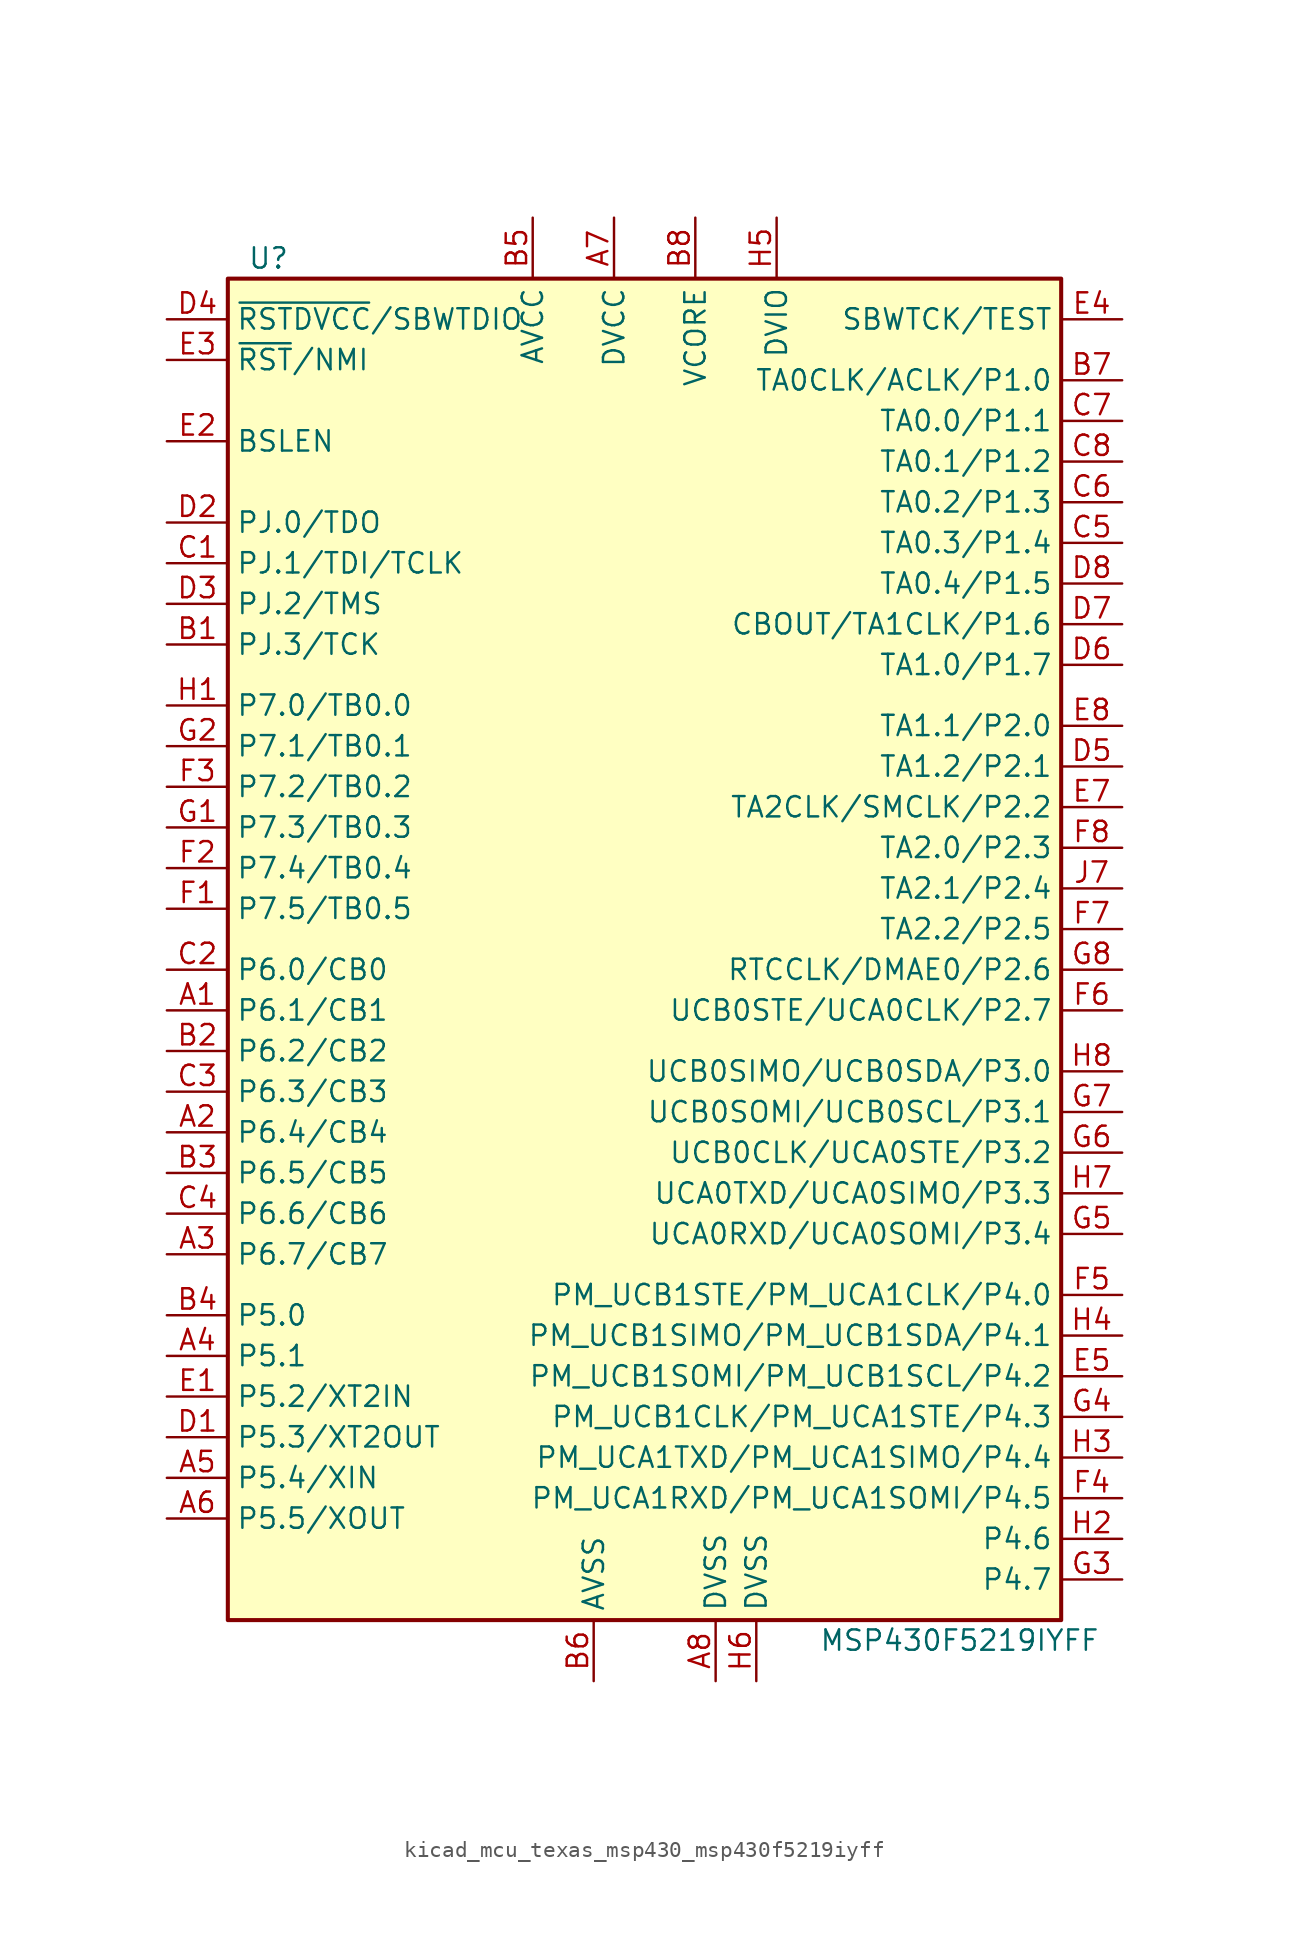
<source format=kicad_sym>
(kicad_symbol_lib
  (version 20220914)
  (generator kicad_symbol_editor)
  (symbol "kicad_mcu_texas_msp430_msp430f5219iyff"
    (property "Reference" "U"
      (at -24.13 43.18 0)
      (effects (font (size 1.27 1.27))))
    (property "Value" "MSP430F5219IYFF"
      (at 19.05 -43.18 0)
      (effects (font (size 1.27 1.27))))
    (symbol "kicad_mcu_texas_msp430_msp430f5219iyff_0_1"
      (rectangle (start -26.67 41.91) (end 25.4 -41.91) (stroke (width 0.254) (type default)) (fill (type background))))
    (symbol "kicad_mcu_texas_msp430_msp430f5219iyff_1_1"
      (pin bidirectional line (at -30.48 -3.81 0) (length 3.81) (name "P6.1/CB1" (effects (font (size 1.27 1.27)))) (number "A1" (effects (font (size 1.27 1.27)))))
      (pin bidirectional line (at -30.48 -11.43 0) (length 3.81) (name "P6.4/CB4" (effects (font (size 1.27 1.27)))) (number "A2" (effects (font (size 1.27 1.27)))))
      (pin bidirectional line (at -30.48 -19.05 0) (length 3.81) (name "P6.7/CB7" (effects (font (size 1.27 1.27)))) (number "A3" (effects (font (size 1.27 1.27)))))
      (pin bidirectional line (at -30.48 -25.4 0) (length 3.81) (name "P5.1" (effects (font (size 1.27 1.27)))) (number "A4" (effects (font (size 1.27 1.27)))))
      (pin bidirectional line (at -30.48 -33.02 0) (length 3.81) (name "P5.4/XIN" (effects (font (size 1.27 1.27)))) (number "A5" (effects (font (size 1.27 1.27)))))
      (pin bidirectional line (at -30.48 -35.56 0) (length 3.81) (name "P5.5/XOUT" (effects (font (size 1.27 1.27)))) (number "A6" (effects (font (size 1.27 1.27)))))
      (pin power_in line (at -2.54 45.72 270) (length 3.81) (name "DVCC" (effects (font (size 1.27 1.27)))) (number "A7" (effects (font (size 1.27 1.27)))))
      (pin power_in line (at 3.81 -45.72 90) (length 3.81) (name "DVSS" (effects (font (size 1.27 1.27)))) (number "A8" (effects (font (size 1.27 1.27)))))
      (pin bidirectional line (at -30.48 19.05 0) (length 3.81) (name "PJ.3/TCK" (effects (font (size 1.27 1.27)))) (number "B1" (effects (font (size 1.27 1.27)))))
      (pin bidirectional line (at -30.48 -6.35 0) (length 3.81) (name "P6.2/CB2" (effects (font (size 1.27 1.27)))) (number "B2" (effects (font (size 1.27 1.27)))))
      (pin bidirectional line (at -30.48 -13.97 0) (length 3.81) (name "P6.5/CB5" (effects (font (size 1.27 1.27)))) (number "B3" (effects (font (size 1.27 1.27)))))
      (pin bidirectional line (at -30.48 -22.86 0) (length 3.81) (name "P5.0" (effects (font (size 1.27 1.27)))) (number "B4" (effects (font (size 1.27 1.27)))))
      (pin power_in line (at -7.62 45.72 270) (length 3.81) (name "AVCC" (effects (font (size 1.27 1.27)))) (number "B5" (effects (font (size 1.27 1.27)))))
      (pin power_in line (at -3.81 -45.72 90) (length 3.81) (name "AVSS" (effects (font (size 1.27 1.27)))) (number "B6" (effects (font (size 1.27 1.27)))))
      (pin bidirectional line (at 29.21 35.56 180) (length 3.81) (name "TA0CLK/ACLK/P1.0" (effects (font (size 1.27 1.27)))) (number "B7" (effects (font (size 1.27 1.27)))))
      (pin power_in line (at 2.54 45.72 270) (length 3.81) (name "VCORE" (effects (font (size 1.27 1.27)))) (number "B8" (effects (font (size 1.27 1.27)))))
      (pin bidirectional line (at -30.48 24.13 0) (length 3.81) (name "PJ.1/TDI/TCLK" (effects (font (size 1.27 1.27)))) (number "C1" (effects (font (size 1.27 1.27)))))
      (pin bidirectional line (at -30.48 -1.27 0) (length 3.81) (name "P6.0/CB0" (effects (font (size 1.27 1.27)))) (number "C2" (effects (font (size 1.27 1.27)))))
      (pin bidirectional line (at -30.48 -8.89 0) (length 3.81) (name "P6.3/CB3" (effects (font (size 1.27 1.27)))) (number "C3" (effects (font (size 1.27 1.27)))))
      (pin bidirectional line (at -30.48 -16.51 0) (length 3.81) (name "P6.6/CB6" (effects (font (size 1.27 1.27)))) (number "C4" (effects (font (size 1.27 1.27)))))
      (pin bidirectional line (at 29.21 25.4 180) (length 3.81) (name "TA0.3/P1.4" (effects (font (size 1.27 1.27)))) (number "C5" (effects (font (size 1.27 1.27)))))
      (pin bidirectional line (at 29.21 27.94 180) (length 3.81) (name "TA0.2/P1.3" (effects (font (size 1.27 1.27)))) (number "C6" (effects (font (size 1.27 1.27)))))
      (pin bidirectional line (at 29.21 33.02 180) (length 3.81) (name "TA0.0/P1.1" (effects (font (size 1.27 1.27)))) (number "C7" (effects (font (size 1.27 1.27)))))
      (pin bidirectional line (at 29.21 30.48 180) (length 3.81) (name "TA0.1/P1.2" (effects (font (size 1.27 1.27)))) (number "C8" (effects (font (size 1.27 1.27)))))
      (pin bidirectional line (at -30.48 -30.48 0) (length 3.81) (name "P5.3/XT2OUT" (effects (font (size 1.27 1.27)))) (number "D1" (effects (font (size 1.27 1.27)))))
      (pin bidirectional line (at -30.48 26.67 0) (length 3.81) (name "PJ.0/TDO" (effects (font (size 1.27 1.27)))) (number "D2" (effects (font (size 1.27 1.27)))))
      (pin bidirectional line (at -30.48 21.59 0) (length 3.81) (name "PJ.2/TMS" (effects (font (size 1.27 1.27)))) (number "D3" (effects (font (size 1.27 1.27)))))
      (pin bidirectional line (at -30.48 39.37 0) (length 3.81) (name "~{RSTDVCC}/SBWTDIO" (effects (font (size 1.27 1.27)))) (number "D4" (effects (font (size 1.27 1.27)))))
      (pin bidirectional line (at 29.21 11.43 180) (length 3.81) (name "TA1.2/P2.1" (effects (font (size 1.27 1.27)))) (number "D5" (effects (font (size 1.27 1.27)))))
      (pin bidirectional line (at 29.21 17.78 180) (length 3.81) (name "TA1.0/P1.7" (effects (font (size 1.27 1.27)))) (number "D6" (effects (font (size 1.27 1.27)))))
      (pin bidirectional line (at 29.21 20.32 180) (length 3.81) (name "CBOUT/TA1CLK/P1.6" (effects (font (size 1.27 1.27)))) (number "D7" (effects (font (size 1.27 1.27)))))
      (pin bidirectional line (at 29.21 22.86 180) (length 3.81) (name "TA0.4/P1.5" (effects (font (size 1.27 1.27)))) (number "D8" (effects (font (size 1.27 1.27)))))
      (pin bidirectional line (at -30.48 -27.94 0) (length 3.81) (name "P5.2/XT2IN" (effects (font (size 1.27 1.27)))) (number "E1" (effects (font (size 1.27 1.27)))))
      (pin bidirectional line (at -30.48 31.75 0) (length 3.81) (name "BSLEN" (effects (font (size 1.27 1.27)))) (number "E2" (effects (font (size 1.27 1.27)))))
      (pin input line (at -30.48 36.83 0) (length 3.81) (name "~{RST}/NMI" (effects (font (size 1.27 1.27)))) (number "E3" (effects (font (size 1.27 1.27)))))
      (pin input line (at 29.21 39.37 180) (length 3.81) (name "SBWTCK/TEST" (effects (font (size 1.27 1.27)))) (number "E4" (effects (font (size 1.27 1.27)))))
      (pin bidirectional line (at 29.21 -26.67 180) (length 3.81) (name "PM_UCB1SOMI/PM_UCB1SCL/P4.2" (effects (font (size 1.27 1.27)))) (number "E5" (effects (font (size 1.27 1.27)))))
      (pin bidirectional line (at 29.21 8.89 180) (length 3.81) (name "TA2CLK/SMCLK/P2.2" (effects (font (size 1.27 1.27)))) (number "E7" (effects (font (size 1.27 1.27)))))
      (pin bidirectional line (at 29.21 13.97 180) (length 3.81) (name "TA1.1/P2.0" (effects (font (size 1.27 1.27)))) (number "E8" (effects (font (size 1.27 1.27)))))
      (pin bidirectional line (at -30.48 2.54 0) (length 3.81) (name "P7.5/TB0.5" (effects (font (size 1.27 1.27)))) (number "F1" (effects (font (size 1.27 1.27)))))
      (pin bidirectional line (at -30.48 5.08 0) (length 3.81) (name "P7.4/TB0.4" (effects (font (size 1.27 1.27)))) (number "F2" (effects (font (size 1.27 1.27)))))
      (pin bidirectional line (at -30.48 10.16 0) (length 3.81) (name "P7.2/TB0.2" (effects (font (size 1.27 1.27)))) (number "F3" (effects (font (size 1.27 1.27)))))
      (pin bidirectional line (at 29.21 -34.29 180) (length 3.81) (name "PM_UCA1RXD/PM_UCA1SOMI/P4.5" (effects (font (size 1.27 1.27)))) (number "F4" (effects (font (size 1.27 1.27)))))
      (pin bidirectional line (at 29.21 -21.59 180) (length 3.81) (name "PM_UCB1STE/PM_UCA1CLK/P4.0" (effects (font (size 1.27 1.27)))) (number "F5" (effects (font (size 1.27 1.27)))))
      (pin bidirectional line (at 29.21 -3.81 180) (length 3.81) (name "UCB0STE/UCA0CLK/P2.7" (effects (font (size 1.27 1.27)))) (number "F6" (effects (font (size 1.27 1.27)))))
      (pin bidirectional line (at 29.21 1.27 180) (length 3.81) (name "TA2.2/P2.5" (effects (font (size 1.27 1.27)))) (number "F7" (effects (font (size 1.27 1.27)))))
      (pin bidirectional line (at 29.21 6.35 180) (length 3.81) (name "TA2.0/P2.3" (effects (font (size 1.27 1.27)))) (number "F8" (effects (font (size 1.27 1.27)))))
      (pin bidirectional line (at -30.48 7.62 0) (length 3.81) (name "P7.3/TB0.3" (effects (font (size 1.27 1.27)))) (number "G1" (effects (font (size 1.27 1.27)))))
      (pin bidirectional line (at -30.48 12.7 0) (length 3.81) (name "P7.1/TB0.1" (effects (font (size 1.27 1.27)))) (number "G2" (effects (font (size 1.27 1.27)))))
      (pin bidirectional line (at 29.21 -39.37 180) (length 3.81) (name "P4.7" (effects (font (size 1.27 1.27)))) (number "G3" (effects (font (size 1.27 1.27)))))
      (pin bidirectional line (at 29.21 -29.21 180) (length 3.81) (name "PM_UCB1CLK/PM_UCA1STE/P4.3" (effects (font (size 1.27 1.27)))) (number "G4" (effects (font (size 1.27 1.27)))))
      (pin bidirectional line (at 29.21 -17.78 180) (length 3.81) (name "UCA0RXD/UCA0SOMI/P3.4" (effects (font (size 1.27 1.27)))) (number "G5" (effects (font (size 1.27 1.27)))))
      (pin bidirectional line (at 29.21 -12.7 180) (length 3.81) (name "UCB0CLK/UCA0STE/P3.2" (effects (font (size 1.27 1.27)))) (number "G6" (effects (font (size 1.27 1.27)))))
      (pin bidirectional line (at 29.21 -10.16 180) (length 3.81) (name "UCB0SOMI/UCB0SCL/P3.1" (effects (font (size 1.27 1.27)))) (number "G7" (effects (font (size 1.27 1.27)))))
      (pin bidirectional line (at 29.21 -1.27 180) (length 3.81) (name "RTCCLK/DMAE0/P2.6" (effects (font (size 1.27 1.27)))) (number "G8" (effects (font (size 1.27 1.27)))))
      (pin bidirectional line (at -30.48 15.24 0) (length 3.81) (name "P7.0/TB0.0" (effects (font (size 1.27 1.27)))) (number "H1" (effects (font (size 1.27 1.27)))))
      (pin bidirectional line (at 29.21 -36.83 180) (length 3.81) (name "P4.6" (effects (font (size 1.27 1.27)))) (number "H2" (effects (font (size 1.27 1.27)))))
      (pin bidirectional line (at 29.21 -31.75 180) (length 3.81) (name "PM_UCA1TXD/PM_UCA1SIMO/P4.4" (effects (font (size 1.27 1.27)))) (number "H3" (effects (font (size 1.27 1.27)))))
      (pin bidirectional line (at 29.21 -24.13 180) (length 3.81) (name "PM_UCB1SIMO/PM_UCB1SDA/P4.1" (effects (font (size 1.27 1.27)))) (number "H4" (effects (font (size 1.27 1.27)))))
      (pin power_in line (at 7.62 45.72 270) (length 3.81) (name "DVIO" (effects (font (size 1.27 1.27)))) (number "H5" (effects (font (size 1.27 1.27)))))
      (pin power_in line (at 6.35 -45.72 90) (length 3.81) (name "DVSS" (effects (font (size 1.27 1.27)))) (number "H6" (effects (font (size 1.27 1.27)))))
      (pin bidirectional line (at 29.21 -15.24 180) (length 3.81) (name "UCA0TXD/UCA0SIMO/P3.3" (effects (font (size 1.27 1.27)))) (number "H7" (effects (font (size 1.27 1.27)))))
      (pin bidirectional line (at 29.21 -7.62 180) (length 3.81) (name "UCB0SIMO/UCB0SDA/P3.0" (effects (font (size 1.27 1.27)))) (number "H8" (effects (font (size 1.27 1.27)))))
      (pin bidirectional line (at 29.21 3.81 180) (length 3.81) (name "TA2.1/P2.4" (effects (font (size 1.27 1.27)))) (number "J7" (effects (font (size 1.27 1.27))))))))
</source>
